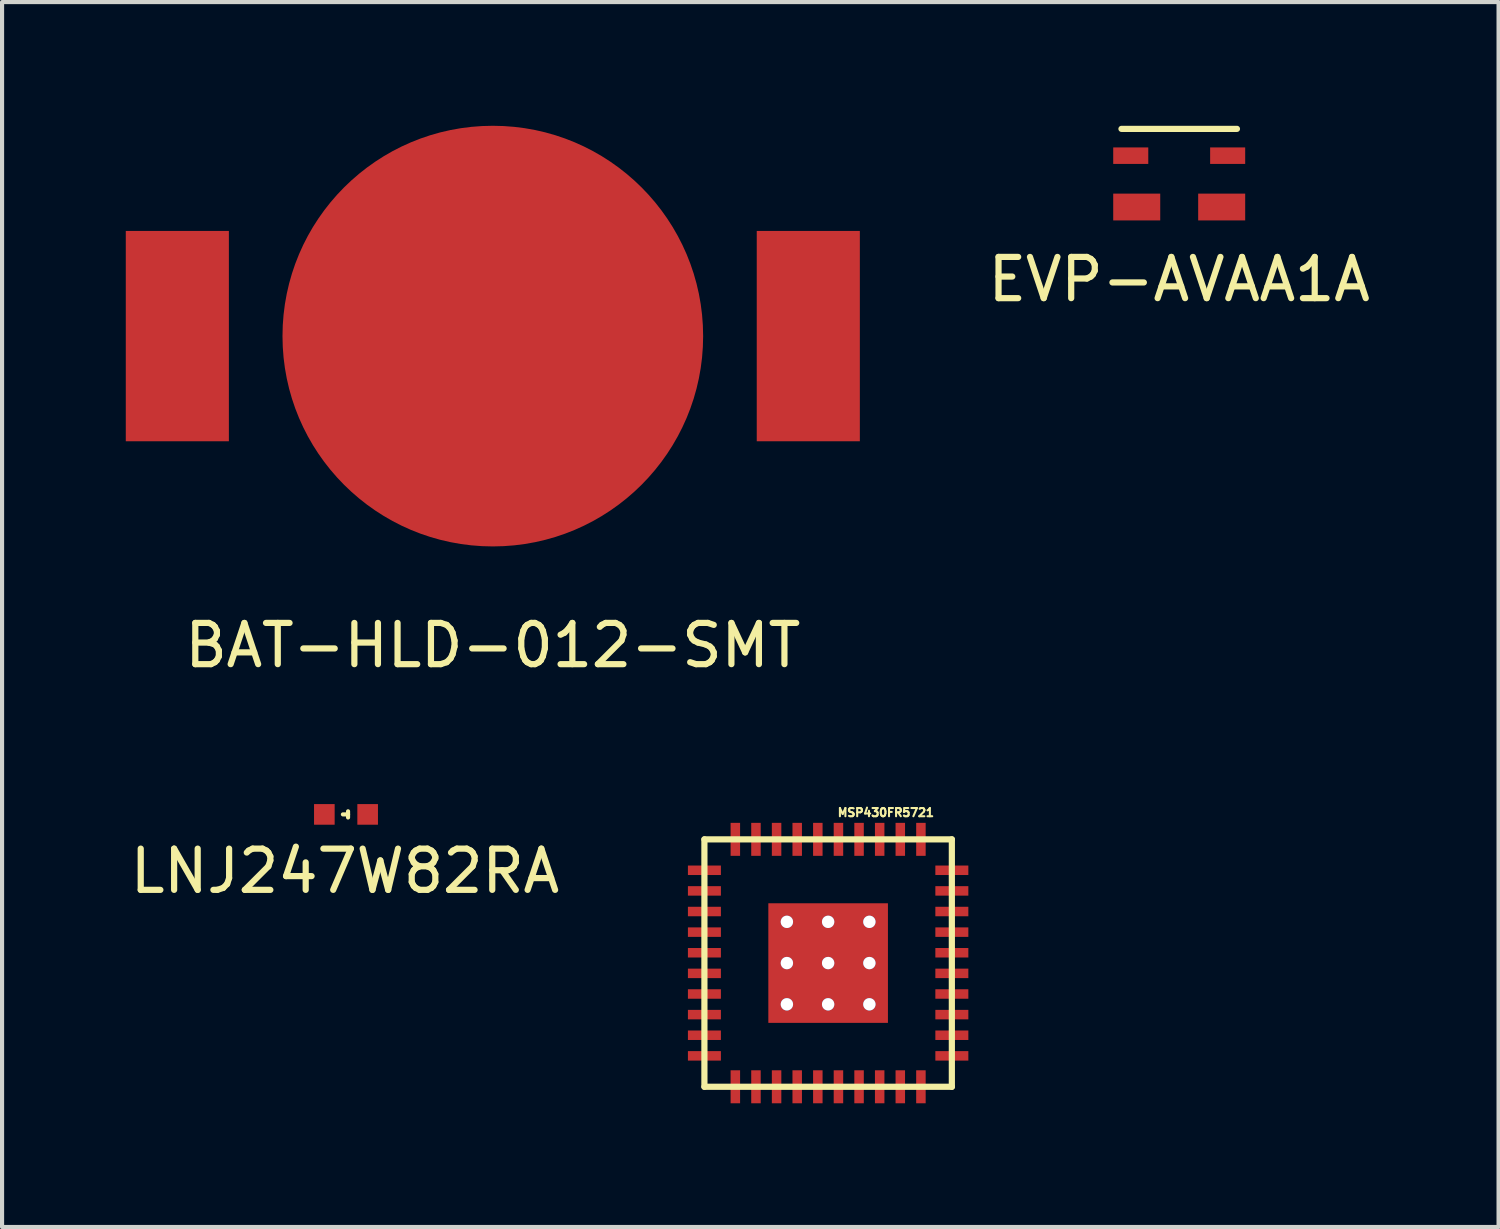
<source format=kicad_pcb>
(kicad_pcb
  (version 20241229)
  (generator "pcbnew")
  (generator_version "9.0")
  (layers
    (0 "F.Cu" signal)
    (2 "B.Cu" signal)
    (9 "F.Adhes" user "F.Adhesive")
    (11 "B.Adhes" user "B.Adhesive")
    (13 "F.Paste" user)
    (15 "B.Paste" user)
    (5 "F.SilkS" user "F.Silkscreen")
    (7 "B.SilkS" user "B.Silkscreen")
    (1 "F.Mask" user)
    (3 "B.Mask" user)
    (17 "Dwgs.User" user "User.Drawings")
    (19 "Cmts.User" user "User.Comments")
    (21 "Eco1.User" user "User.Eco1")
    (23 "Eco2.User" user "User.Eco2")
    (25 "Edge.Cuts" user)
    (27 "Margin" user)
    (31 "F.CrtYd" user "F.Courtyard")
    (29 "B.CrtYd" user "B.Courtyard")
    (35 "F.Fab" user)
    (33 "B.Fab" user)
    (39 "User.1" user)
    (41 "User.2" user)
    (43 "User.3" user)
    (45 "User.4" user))
  (footprint "LNJ247W82RA"
    (layer "F.Cu")
    (at 5.34 16.698)
    (property "Reference" "LNJ247W82RA" (at -0.025 1.375 0) (layer "F.SilkS") (effects (font (size 1 1) (thickness 0.15))))
    (attr through_hole)
    (fp_line (start 0.05 -0.075) (end 0.05 0.075) (stroke (width 0.1) (type solid)) (layer "F.SilkS"))
    (fp_line (start 0.05 0) (end -0.075 0) (stroke (width 0.1) (type solid)) (layer "F.SilkS"))
    (pad "1" smd rect (at -0.525 0) (size 0.5 0.5) (layers "F.Cu" "F.Mask" "F.Paste"))
    (pad "2" smd rect (at 0.525 0) (size 0.5 0.5) (layers "F.Cu" "F.Mask" "F.Paste")))
  (footprint "EVP-AVAA1A"
    (layer "F.Cu")
    (at 25.544 2.075)
    (property "Reference" "EVP-AVAA1A" (at 0 1.65 0) (layer "F.SilkS") (effects (font (size 1 1) (thickness 0.15))))
    (attr through_hole)
    (fp_line (start -1.4 -2) (end 1.4 -2) (stroke (width 0.15) (type solid)) (layer "F.SilkS"))
    (pad "1" smd rect (at -1.175 -1.35) (size 0.85 0.4) (layers "F.Cu" "F.Mask" "F.Paste"))
    (pad "1" smd rect (at -1.03 -0.105) (size 1.14 0.65) (layers "F.Cu" "F.Mask" "F.Paste"))
    (pad "2" smd rect (at 1.03 -0.105) (size 1.14 0.65) (layers "F.Cu" "F.Mask" "F.Paste"))
    (pad "2" smd rect (at 1.175 -1.35) (size 0.85 0.4) (layers "F.Cu" "F.Mask" "F.Paste")))
  (footprint "MSP430FR5721"
    (layer "F.Cu")
    (at 17.031 20.303)
    (property "Reference" "MSP430FR5721" (at 1.4 -3.65 0) (layer "F.SilkS") (effects (font (size 0.2 0.2) (thickness 0.05))))
    (attr through_hole)
    (fp_line (start -3 -3) (end 3 -3) (stroke (width 0.15) (type solid)) (layer "F.SilkS"))
    (fp_line (start -3 3) (end -3 -3) (stroke (width 0.15) (type solid)) (layer "F.SilkS"))
    (fp_line (start 3 -3) (end 3 3) (stroke (width 0.15) (type solid)) (layer "F.SilkS"))
    (fp_line (start 3 3) (end -3 3) (stroke (width 0.15) (type solid)) (layer "F.SilkS"))
    (pad "0" thru_hole circle (at -1 -1) (size 0.3 0.3) (drill 0.3) (layers "*.Cu" "*.Mask"))
    (pad "0" thru_hole circle (at -1 0) (size 0.3 0.3) (drill 0.3) (layers "*.Cu" "*.Mask"))
    (pad "0" thru_hole circle (at -1 1) (size 0.3 0.3) (drill 0.3) (layers "*.Cu" "*.Mask"))
    (pad "0" thru_hole circle (at 0 -1) (size 0.3 0.3) (drill 0.3) (layers "*.Cu" "*.Mask"))
    (pad "0" thru_hole circle (at 0 0) (size 0.3 0.3) (drill 0.3) (layers "*.Cu" "*.Mask"))
    (pad "0" smd rect (at 0 0) (size 2.9 2.9) (layers "F.Cu" "F.Mask" "F.Paste"))
    (pad "0" thru_hole circle (at 0 1) (size 0.3 0.3) (drill 0.3) (layers "*.Cu" "*.Mask"))
    (pad "0" thru_hole circle (at 1 -1) (size 0.3 0.3) (drill 0.3) (layers "*.Cu" "*.Mask"))
    (pad "0" thru_hole circle (at 1 0) (size 0.3 0.3) (drill 0.3) (layers "*.Cu" "*.Mask"))
    (pad "0" thru_hole circle (at 1 1) (size 0.3 0.3) (drill 0.3) (layers "*.Cu" "*.Mask"))
    (pad "1" smd rect (at -3 -2.25) (size 0.8 0.23) (layers "F.Cu" "F.Mask" "F.Paste"))
    (pad "2" smd rect (at -3 -1.75) (size 0.8 0.23) (layers "F.Cu" "F.Mask" "F.Paste"))
    (pad "3" smd rect (at -3 -1.25) (size 0.8 0.23) (layers "F.Cu" "F.Mask" "F.Paste"))
    (pad "4" smd rect (at -3 -0.75) (size 0.8 0.23) (layers "F.Cu" "F.Mask" "F.Paste"))
    (pad "5" smd rect (at -3 -0.25) (size 0.8 0.23) (layers "F.Cu" "F.Mask" "F.Paste"))
    (pad "6" smd rect (at -3 0.25) (size 0.8 0.23) (layers "F.Cu" "F.Mask" "F.Paste"))
    (pad "7" smd rect (at -3 0.75) (size 0.8 0.23) (layers "F.Cu" "F.Mask" "F.Paste"))
    (pad "8" smd rect (at -3 1.25) (size 0.8 0.23) (layers "F.Cu" "F.Mask" "F.Paste"))
    (pad "9" smd rect (at -3 1.75) (size 0.8 0.23) (layers "F.Cu" "F.Mask" "F.Paste"))
    (pad "10" smd rect (at -3 2.25) (size 0.8 0.23) (layers "F.Cu" "F.Mask" "F.Paste"))
    (pad "11" smd rect (at -2.25 3) (size 0.23 0.8) (layers "F.Cu" "F.Mask" "F.Paste"))
    (pad "12" smd rect (at -1.75 3) (size 0.23 0.8) (layers "F.Cu" "F.Mask" "F.Paste"))
    (pad "13" smd rect (at -1.25 3) (size 0.23 0.8) (layers "F.Cu" "F.Mask" "F.Paste"))
    (pad "14" smd rect (at -0.75 3) (size 0.23 0.8) (layers "F.Cu" "F.Mask" "F.Paste"))
    (pad "15" smd rect (at -0.25 3) (size 0.23 0.8) (layers "F.Cu" "F.Mask" "F.Paste"))
    (pad "16" smd rect (at 0.25 3) (size 0.23 0.8) (layers "F.Cu" "F.Mask" "F.Paste"))
    (pad "17" smd rect (at 0.75 3) (size 0.23 0.8) (layers "F.Cu" "F.Mask" "F.Paste"))
    (pad "18" smd rect (at 1.25 3) (size 0.23 0.8) (layers "F.Cu" "F.Mask" "F.Paste"))
    (pad "19" smd rect (at 1.75 3) (size 0.23 0.8) (layers "F.Cu" "F.Mask" "F.Paste"))
    (pad "20" smd rect (at 2.25 3) (size 0.23 0.8) (layers "F.Cu" "F.Mask" "F.Paste"))
    (pad "21" smd rect (at 3 2.25) (size 0.8 0.23) (layers "F.Cu" "F.Mask" "F.Paste"))
    (pad "22" smd rect (at 3 1.75) (size 0.8 0.23) (layers "F.Cu" "F.Mask" "F.Paste"))
    (pad "23" smd rect (at 3 1.25) (size 0.8 0.23) (layers "F.Cu" "F.Mask" "F.Paste"))
    (pad "24" smd rect (at 3 0.75) (size 0.8 0.23) (layers "F.Cu" "F.Mask" "F.Paste"))
    (pad "25" smd rect (at 3 0.25) (size 0.8 0.23) (layers "F.Cu" "F.Mask" "F.Paste"))
    (pad "26" smd rect (at 3 -0.25) (size 0.8 0.23) (layers "F.Cu" "F.Mask" "F.Paste"))
    (pad "27" smd rect (at 3 -0.75) (size 0.8 0.23) (layers "F.Cu" "F.Mask" "F.Paste"))
    (pad "28" smd rect (at 3 -1.25) (size 0.8 0.23) (layers "F.Cu" "F.Mask" "F.Paste"))
    (pad "29" smd rect (at 3 -1.75) (size 0.8 0.23) (layers "F.Cu" "F.Mask" "F.Paste"))
    (pad "30" smd rect (at 3 -2.25) (size 0.8 0.23) (layers "F.Cu" "F.Mask" "F.Paste"))
    (pad "31" smd rect (at 2.25 -3) (size 0.23 0.8) (layers "F.Cu" "F.Mask" "F.Paste"))
    (pad "32" smd rect (at 1.75 -3) (size 0.23 0.8) (layers "F.Cu" "F.Mask" "F.Paste"))
    (pad "33" smd rect (at 1.25 -3) (size 0.23 0.8) (layers "F.Cu" "F.Mask" "F.Paste"))
    (pad "34" smd rect (at 0.75 -3) (size 0.23 0.8) (layers "F.Cu" "F.Mask" "F.Paste"))
    (pad "35" smd rect (at 0.25 -3) (size 0.23 0.8) (layers "F.Cu" "F.Mask" "F.Paste"))
    (pad "36" smd rect (at -0.25 -3) (size 0.23 0.8) (layers "F.Cu" "F.Mask" "F.Paste"))
    (pad "37" smd rect (at -0.75 -3) (size 0.23 0.8) (layers "F.Cu" "F.Mask" "F.Paste"))
    (pad "38" smd rect (at -1.25 -3) (size 0.23 0.8) (layers "F.Cu" "F.Mask" "F.Paste"))
    (pad "39" smd rect (at -1.75 -3) (size 0.23 0.8) (layers "F.Cu" "F.Mask" "F.Paste"))
    (pad "40" smd rect (at -2.25 -3) (size 0.23 0.8) (layers "F.Cu" "F.Mask" "F.Paste")))
  (footprint "BAT-HLD-012-SMT"
    (layer "F.Cu")
    (at 8.9 5.1)
    (property "Reference" "BAT-HLD-012-SMT" (at 0 7.5 0) (layer "F.SilkS") (effects (font (size 1 1) (thickness 0.15))))
    (attr through_hole)
    (pad "1" smd rect (at -7.65 0) (size 2.5 5.1) (layers "F.Cu" "F.Mask" "F.Paste"))
    (pad "1" smd rect (at 7.65 0) (size 2.5 5.1) (layers "F.Cu" "F.Mask" "F.Paste"))
    (pad "2" smd circle (at 0 0) (size 10.2 10.2) (layers "F.Cu" "F.Mask" "F.Paste")))
  (gr_rect
    (start -3 -3)
    (end 33.288 26.703)
    (stroke (width 0.1) (type default))
    (fill no)
    (layer "Edge.Cuts")))
</source>
